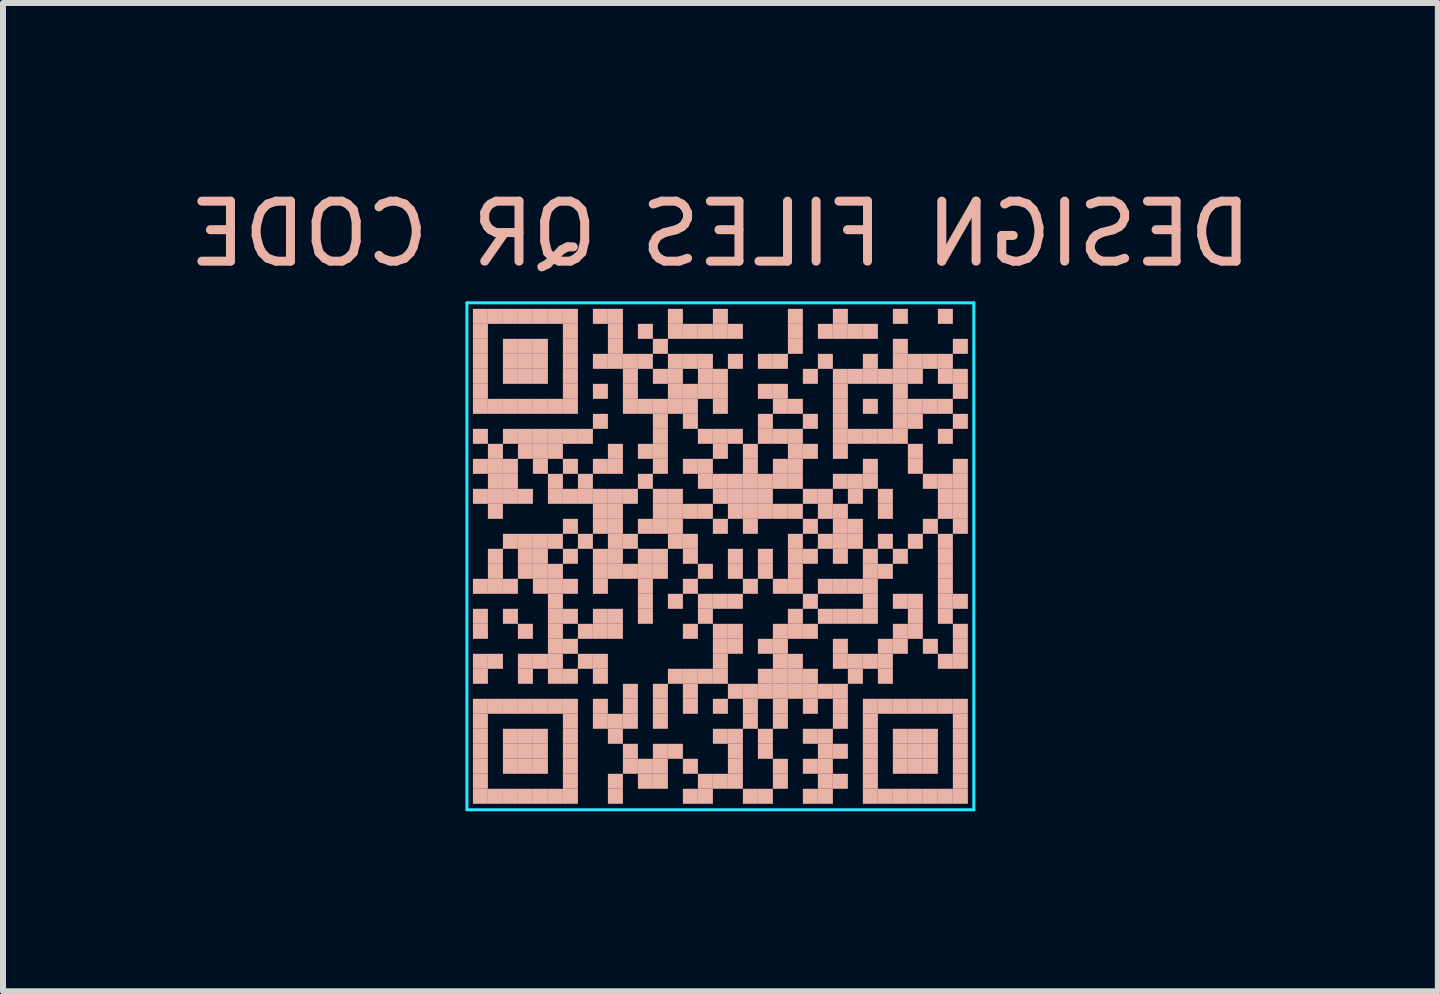
<source format=kicad_pcb>
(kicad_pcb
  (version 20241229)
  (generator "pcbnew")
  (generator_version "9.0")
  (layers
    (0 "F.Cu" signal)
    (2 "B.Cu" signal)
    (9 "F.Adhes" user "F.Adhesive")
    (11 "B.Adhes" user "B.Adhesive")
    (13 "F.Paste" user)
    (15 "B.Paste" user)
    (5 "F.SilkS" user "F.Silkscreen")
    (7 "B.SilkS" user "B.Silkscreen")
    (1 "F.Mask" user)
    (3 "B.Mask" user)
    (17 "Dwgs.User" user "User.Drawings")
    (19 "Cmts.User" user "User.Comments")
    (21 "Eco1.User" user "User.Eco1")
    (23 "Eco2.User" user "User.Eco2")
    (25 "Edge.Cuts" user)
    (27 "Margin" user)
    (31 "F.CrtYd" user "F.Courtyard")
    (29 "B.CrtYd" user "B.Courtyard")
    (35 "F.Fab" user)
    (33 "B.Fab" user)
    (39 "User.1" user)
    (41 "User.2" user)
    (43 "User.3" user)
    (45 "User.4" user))
  (footprint "DESIGN FILES QR CODE"
    (layer "F.Cu")
    (at 8.958 6.223)
    (property "Reference" "DESIGN FILES QR CODE" (at 0 -5.375 180) (layer "B.SilkS") (effects (font (size 1 1) (thickness 0.15)) (justify mirror)))
    (attr board_only exclude_from_pos_files exclude_from_bom)
    (fp_rect (start -4.125 -4.125) (end -3.875 -3.875) (stroke (width 0) (type default)) (fill yes) (layer "B.SilkS"))
    (fp_rect (start -4.125 -3.875) (end -3.875 -3.625) (stroke (width 0) (type default)) (fill yes) (layer "B.SilkS"))
    (fp_rect (start -4.125 -3.625) (end -3.875 -3.375) (stroke (width 0) (type default)) (fill yes) (layer "B.SilkS"))
    (fp_rect (start -4.125 -3.375) (end -3.875 -3.125) (stroke (width 0) (type default)) (fill yes) (layer "B.SilkS"))
    (fp_rect (start -4.125 -3.125) (end -3.875 -2.875) (stroke (width 0) (type default)) (fill yes) (layer "B.SilkS"))
    (fp_rect (start -4.125 -2.875) (end -3.875 -2.625) (stroke (width 0) (type default)) (fill yes) (layer "B.SilkS"))
    (fp_rect (start -4.125 -2.625) (end -3.875 -2.375) (stroke (width 0) (type default)) (fill yes) (layer "B.SilkS"))
    (fp_rect (start -4.125 -2.125) (end -3.875 -1.875) (stroke (width 0) (type default)) (fill yes) (layer "B.SilkS"))
    (fp_rect (start -4.125 -1.625) (end -3.875 -1.375) (stroke (width 0) (type default)) (fill yes) (layer "B.SilkS"))
    (fp_rect (start -4.125 -1.125) (end -3.875 -0.875) (stroke (width 0) (type default)) (fill yes) (layer "B.SilkS"))
    (fp_rect (start -4.125 0.375) (end -3.875 0.625) (stroke (width 0) (type default)) (fill yes) (layer "B.SilkS"))
    (fp_rect (start -4.125 0.875) (end -3.875 1.125) (stroke (width 0) (type default)) (fill yes) (layer "B.SilkS"))
    (fp_rect (start -4.125 1.125) (end -3.875 1.375) (stroke (width 0) (type default)) (fill yes) (layer "B.SilkS"))
    (fp_rect (start -4.125 1.625) (end -3.875 1.875) (stroke (width 0) (type default)) (fill yes) (layer "B.SilkS"))
    (fp_rect (start -4.125 1.875) (end -3.875 2.125) (stroke (width 0) (type default)) (fill yes) (layer "B.SilkS"))
    (fp_rect (start -4.125 2.375) (end -3.875 2.625) (stroke (width 0) (type default)) (fill yes) (layer "B.SilkS"))
    (fp_rect (start -4.125 2.625) (end -3.875 2.875) (stroke (width 0) (type default)) (fill yes) (layer "B.SilkS"))
    (fp_rect (start -4.125 2.875) (end -3.875 3.125) (stroke (width 0) (type default)) (fill yes) (layer "B.SilkS"))
    (fp_rect (start -4.125 3.125) (end -3.875 3.375) (stroke (width 0) (type default)) (fill yes) (layer "B.SilkS"))
    (fp_rect (start -4.125 3.375) (end -3.875 3.625) (stroke (width 0) (type default)) (fill yes) (layer "B.SilkS"))
    (fp_rect (start -4.125 3.625) (end -3.875 3.875) (stroke (width 0) (type default)) (fill yes) (layer "B.SilkS"))
    (fp_rect (start -4.125 3.875) (end -3.875 4.125) (stroke (width 0) (type default)) (fill yes) (layer "B.SilkS"))
    (fp_rect (start -3.875 -4.125) (end -3.625 -3.875) (stroke (width 0) (type default)) (fill yes) (layer "B.SilkS"))
    (fp_rect (start -3.875 -2.625) (end -3.625 -2.375) (stroke (width 0) (type default)) (fill yes) (layer "B.SilkS"))
    (fp_rect (start -3.875 -1.875) (end -3.625 -1.625) (stroke (width 0) (type default)) (fill yes) (layer "B.SilkS"))
    (fp_rect (start -3.875 -1.625) (end -3.625 -1.375) (stroke (width 0) (type default)) (fill yes) (layer "B.SilkS"))
    (fp_rect (start -3.875 -1.375) (end -3.625 -1.125) (stroke (width 0) (type default)) (fill yes) (layer "B.SilkS"))
    (fp_rect (start -3.875 -1.125) (end -3.625 -0.875) (stroke (width 0) (type default)) (fill yes) (layer "B.SilkS"))
    (fp_rect (start -3.875 -0.875) (end -3.625 -0.625) (stroke (width 0) (type default)) (fill yes) (layer "B.SilkS"))
    (fp_rect (start -3.875 -0.125) (end -3.625 0.125) (stroke (width 0) (type default)) (fill yes) (layer "B.SilkS"))
    (fp_rect (start -3.875 0.125) (end -3.625 0.375) (stroke (width 0) (type default)) (fill yes) (layer "B.SilkS"))
    (fp_rect (start -3.875 0.375) (end -3.625 0.625) (stroke (width 0) (type default)) (fill yes) (layer "B.SilkS"))
    (fp_rect (start -3.875 1.625) (end -3.625 1.875) (stroke (width 0) (type default)) (fill yes) (layer "B.SilkS"))
    (fp_rect (start -3.875 2.375) (end -3.625 2.625) (stroke (width 0) (type default)) (fill yes) (layer "B.SilkS"))
    (fp_rect (start -3.875 3.875) (end -3.625 4.125) (stroke (width 0) (type default)) (fill yes) (layer "B.SilkS"))
    (fp_rect (start -3.625 -4.125) (end -3.375 -3.875) (stroke (width 0) (type default)) (fill yes) (layer "B.SilkS"))
    (fp_rect (start -3.625 -3.625) (end -3.375 -3.375) (stroke (width 0) (type default)) (fill yes) (layer "B.SilkS"))
    (fp_rect (start -3.625 -3.375) (end -3.375 -3.125) (stroke (width 0) (type default)) (fill yes) (layer "B.SilkS"))
    (fp_rect (start -3.625 -3.125) (end -3.375 -2.875) (stroke (width 0) (type default)) (fill yes) (layer "B.SilkS"))
    (fp_rect (start -3.625 -2.625) (end -3.375 -2.375) (stroke (width 0) (type default)) (fill yes) (layer "B.SilkS"))
    (fp_rect (start -3.625 -2.125) (end -3.375 -1.875) (stroke (width 0) (type default)) (fill yes) (layer "B.SilkS"))
    (fp_rect (start -3.625 -1.625) (end -3.375 -1.375) (stroke (width 0) (type default)) (fill yes) (layer "B.SilkS"))
    (fp_rect (start -3.625 -1.375) (end -3.375 -1.125) (stroke (width 0) (type default)) (fill yes) (layer "B.SilkS"))
    (fp_rect (start -3.625 -1.125) (end -3.375 -0.875) (stroke (width 0) (type default)) (fill yes) (layer "B.SilkS"))
    (fp_rect (start -3.625 -0.375) (end -3.375 -0.125) (stroke (width 0) (type default)) (fill yes) (layer "B.SilkS"))
    (fp_rect (start -3.625 0.375) (end -3.375 0.625) (stroke (width 0) (type default)) (fill yes) (layer "B.SilkS"))
    (fp_rect (start -3.625 0.875) (end -3.375 1.125) (stroke (width 0) (type default)) (fill yes) (layer "B.SilkS"))
    (fp_rect (start -3.625 2.375) (end -3.375 2.625) (stroke (width 0) (type default)) (fill yes) (layer "B.SilkS"))
    (fp_rect (start -3.625 2.875) (end -3.375 3.125) (stroke (width 0) (type default)) (fill yes) (layer "B.SilkS"))
    (fp_rect (start -3.625 3.125) (end -3.375 3.375) (stroke (width 0) (type default)) (fill yes) (layer "B.SilkS"))
    (fp_rect (start -3.625 3.375) (end -3.375 3.625) (stroke (width 0) (type default)) (fill yes) (layer "B.SilkS"))
    (fp_rect (start -3.625 3.875) (end -3.375 4.125) (stroke (width 0) (type default)) (fill yes) (layer "B.SilkS"))
    (fp_rect (start -3.375 -4.125) (end -3.125 -3.875) (stroke (width 0) (type default)) (fill yes) (layer "B.SilkS"))
    (fp_rect (start -3.375 -3.625) (end -3.125 -3.375) (stroke (width 0) (type default)) (fill yes) (layer "B.SilkS"))
    (fp_rect (start -3.375 -3.375) (end -3.125 -3.125) (stroke (width 0) (type default)) (fill yes) (layer "B.SilkS"))
    (fp_rect (start -3.375 -3.125) (end -3.125 -2.875) (stroke (width 0) (type default)) (fill yes) (layer "B.SilkS"))
    (fp_rect (start -3.375 -2.625) (end -3.125 -2.375) (stroke (width 0) (type default)) (fill yes) (layer "B.SilkS"))
    (fp_rect (start -3.375 -2.125) (end -3.125 -1.875) (stroke (width 0) (type default)) (fill yes) (layer "B.SilkS"))
    (fp_rect (start -3.375 -1.875) (end -3.125 -1.625) (stroke (width 0) (type default)) (fill yes) (layer "B.SilkS"))
    (fp_rect (start -3.375 -1.125) (end -3.125 -0.875) (stroke (width 0) (type default)) (fill yes) (layer "B.SilkS"))
    (fp_rect (start -3.375 -0.375) (end -3.125 -0.125) (stroke (width 0) (type default)) (fill yes) (layer "B.SilkS"))
    (fp_rect (start -3.375 -0.125) (end -3.125 0.125) (stroke (width 0) (type default)) (fill yes) (layer "B.SilkS"))
    (fp_rect (start -3.375 0.125) (end -3.125 0.375) (stroke (width 0) (type default)) (fill yes) (layer "B.SilkS"))
    (fp_rect (start -3.375 1.125) (end -3.125 1.375) (stroke (width 0) (type default)) (fill yes) (layer "B.SilkS"))
    (fp_rect (start -3.375 1.625) (end -3.125 1.875) (stroke (width 0) (type default)) (fill yes) (layer "B.SilkS"))
    (fp_rect (start -3.375 1.875) (end -3.125 2.125) (stroke (width 0) (type default)) (fill yes) (layer "B.SilkS"))
    (fp_rect (start -3.375 2.375) (end -3.125 2.625) (stroke (width 0) (type default)) (fill yes) (layer "B.SilkS"))
    (fp_rect (start -3.375 2.875) (end -3.125 3.125) (stroke (width 0) (type default)) (fill yes) (layer "B.SilkS"))
    (fp_rect (start -3.375 3.125) (end -3.125 3.375) (stroke (width 0) (type default)) (fill yes) (layer "B.SilkS"))
    (fp_rect (start -3.375 3.375) (end -3.125 3.625) (stroke (width 0) (type default)) (fill yes) (layer "B.SilkS"))
    (fp_rect (start -3.375 3.875) (end -3.125 4.125) (stroke (width 0) (type default)) (fill yes) (layer "B.SilkS"))
    (fp_rect (start -3.125 -4.125) (end -2.875 -3.875) (stroke (width 0) (type default)) (fill yes) (layer "B.SilkS"))
    (fp_rect (start -3.125 -3.625) (end -2.875 -3.375) (stroke (width 0) (type default)) (fill yes) (layer "B.SilkS"))
    (fp_rect (start -3.125 -3.375) (end -2.875 -3.125) (stroke (width 0) (type default)) (fill yes) (layer "B.SilkS"))
    (fp_rect (start -3.125 -3.125) (end -2.875 -2.875) (stroke (width 0) (type default)) (fill yes) (layer "B.SilkS"))
    (fp_rect (start -3.125 -2.625) (end -2.875 -2.375) (stroke (width 0) (type default)) (fill yes) (layer "B.SilkS"))
    (fp_rect (start -3.125 -2.125) (end -2.875 -1.875) (stroke (width 0) (type default)) (fill yes) (layer "B.SilkS"))
    (fp_rect (start -3.125 -1.875) (end -2.875 -1.625) (stroke (width 0) (type default)) (fill yes) (layer "B.SilkS"))
    (fp_rect (start -3.125 -1.625) (end -2.875 -1.375) (stroke (width 0) (type default)) (fill yes) (layer "B.SilkS"))
    (fp_rect (start -3.125 -0.375) (end -2.875 -0.125) (stroke (width 0) (type default)) (fill yes) (layer "B.SilkS"))
    (fp_rect (start -3.125 -0.125) (end -2.875 0.125) (stroke (width 0) (type default)) (fill yes) (layer "B.SilkS"))
    (fp_rect (start -3.125 0.125) (end -2.875 0.375) (stroke (width 0) (type default)) (fill yes) (layer "B.SilkS"))
    (fp_rect (start -3.125 0.375) (end -2.875 0.625) (stroke (width 0) (type default)) (fill yes) (layer "B.SilkS"))
    (fp_rect (start -3.125 1.625) (end -2.875 1.875) (stroke (width 0) (type default)) (fill yes) (layer "B.SilkS"))
    (fp_rect (start -3.125 2.375) (end -2.875 2.625) (stroke (width 0) (type default)) (fill yes) (layer "B.SilkS"))
    (fp_rect (start -3.125 2.875) (end -2.875 3.125) (stroke (width 0) (type default)) (fill yes) (layer "B.SilkS"))
    (fp_rect (start -3.125 3.125) (end -2.875 3.375) (stroke (width 0) (type default)) (fill yes) (layer "B.SilkS"))
    (fp_rect (start -3.125 3.375) (end -2.875 3.625) (stroke (width 0) (type default)) (fill yes) (layer "B.SilkS"))
    (fp_rect (start -3.125 3.875) (end -2.875 4.125) (stroke (width 0) (type default)) (fill yes) (layer "B.SilkS"))
    (fp_rect (start -2.875 -4.125) (end -2.625 -3.875) (stroke (width 0) (type default)) (fill yes) (layer "B.SilkS"))
    (fp_rect (start -2.875 -2.625) (end -2.625 -2.375) (stroke (width 0) (type default)) (fill yes) (layer "B.SilkS"))
    (fp_rect (start -2.875 -2.125) (end -2.625 -1.875) (stroke (width 0) (type default)) (fill yes) (layer "B.SilkS"))
    (fp_rect (start -2.875 -1.875) (end -2.625 -1.625) (stroke (width 0) (type default)) (fill yes) (layer "B.SilkS"))
    (fp_rect (start -2.875 -1.375) (end -2.625 -1.125) (stroke (width 0) (type default)) (fill yes) (layer "B.SilkS"))
    (fp_rect (start -2.875 -1.125) (end -2.625 -0.875) (stroke (width 0) (type default)) (fill yes) (layer "B.SilkS"))
    (fp_rect (start -2.875 -0.375) (end -2.625 -0.125) (stroke (width 0) (type default)) (fill yes) (layer "B.SilkS"))
    (fp_rect (start -2.875 0.125) (end -2.625 0.375) (stroke (width 0) (type default)) (fill yes) (layer "B.SilkS"))
    (fp_rect (start -2.875 0.375) (end -2.625 0.625) (stroke (width 0) (type default)) (fill yes) (layer "B.SilkS"))
    (fp_rect (start -2.875 0.625) (end -2.625 0.875) (stroke (width 0) (type default)) (fill yes) (layer "B.SilkS"))
    (fp_rect (start -2.875 0.875) (end -2.625 1.125) (stroke (width 0) (type default)) (fill yes) (layer "B.SilkS"))
    (fp_rect (start -2.875 1.125) (end -2.625 1.375) (stroke (width 0) (type default)) (fill yes) (layer "B.SilkS"))
    (fp_rect (start -2.875 1.375) (end -2.625 1.625) (stroke (width 0) (type default)) (fill yes) (layer "B.SilkS"))
    (fp_rect (start -2.875 1.625) (end -2.625 1.875) (stroke (width 0) (type default)) (fill yes) (layer "B.SilkS"))
    (fp_rect (start -2.875 1.875) (end -2.625 2.125) (stroke (width 0) (type default)) (fill yes) (layer "B.SilkS"))
    (fp_rect (start -2.875 2.375) (end -2.625 2.625) (stroke (width 0) (type default)) (fill yes) (layer "B.SilkS"))
    (fp_rect (start -2.875 3.875) (end -2.625 4.125) (stroke (width 0) (type default)) (fill yes) (layer "B.SilkS"))
    (fp_rect (start -2.625 -4.125) (end -2.375 -3.875) (stroke (width 0) (type default)) (fill yes) (layer "B.SilkS"))
    (fp_rect (start -2.625 -3.875) (end -2.375 -3.625) (stroke (width 0) (type default)) (fill yes) (layer "B.SilkS"))
    (fp_rect (start -2.625 -3.625) (end -2.375 -3.375) (stroke (width 0) (type default)) (fill yes) (layer "B.SilkS"))
    (fp_rect (start -2.625 -3.375) (end -2.375 -3.125) (stroke (width 0) (type default)) (fill yes) (layer "B.SilkS"))
    (fp_rect (start -2.625 -3.125) (end -2.375 -2.875) (stroke (width 0) (type default)) (fill yes) (layer "B.SilkS"))
    (fp_rect (start -2.625 -2.875) (end -2.375 -2.625) (stroke (width 0) (type default)) (fill yes) (layer "B.SilkS"))
    (fp_rect (start -2.625 -2.625) (end -2.375 -2.375) (stroke (width 0) (type default)) (fill yes) (layer "B.SilkS"))
    (fp_rect (start -2.625 -2.125) (end -2.375 -1.875) (stroke (width 0) (type default)) (fill yes) (layer "B.SilkS"))
    (fp_rect (start -2.625 -1.625) (end -2.375 -1.375) (stroke (width 0) (type default)) (fill yes) (layer "B.SilkS"))
    (fp_rect (start -2.625 -1.125) (end -2.375 -0.875) (stroke (width 0) (type default)) (fill yes) (layer "B.SilkS"))
    (fp_rect (start -2.625 -0.625) (end -2.375 -0.375) (stroke (width 0) (type default)) (fill yes) (layer "B.SilkS"))
    (fp_rect (start -2.625 -0.125) (end -2.375 0.125) (stroke (width 0) (type default)) (fill yes) (layer "B.SilkS"))
    (fp_rect (start -2.625 0.375) (end -2.375 0.625) (stroke (width 0) (type default)) (fill yes) (layer "B.SilkS"))
    (fp_rect (start -2.625 0.875) (end -2.375 1.125) (stroke (width 0) (type default)) (fill yes) (layer "B.SilkS"))
    (fp_rect (start -2.625 1.375) (end -2.375 1.625) (stroke (width 0) (type default)) (fill yes) (layer "B.SilkS"))
    (fp_rect (start -2.625 1.875) (end -2.375 2.125) (stroke (width 0) (type default)) (fill yes) (layer "B.SilkS"))
    (fp_rect (start -2.625 2.375) (end -2.375 2.625) (stroke (width 0) (type default)) (fill yes) (layer "B.SilkS"))
    (fp_rect (start -2.625 2.625) (end -2.375 2.875) (stroke (width 0) (type default)) (fill yes) (layer "B.SilkS"))
    (fp_rect (start -2.625 2.875) (end -2.375 3.125) (stroke (width 0) (type default)) (fill yes) (layer "B.SilkS"))
    (fp_rect (start -2.625 3.125) (end -2.375 3.375) (stroke (width 0) (type default)) (fill yes) (layer "B.SilkS"))
    (fp_rect (start -2.625 3.375) (end -2.375 3.625) (stroke (width 0) (type default)) (fill yes) (layer "B.SilkS"))
    (fp_rect (start -2.625 3.625) (end -2.375 3.875) (stroke (width 0) (type default)) (fill yes) (layer "B.SilkS"))
    (fp_rect (start -2.625 3.875) (end -2.375 4.125) (stroke (width 0) (type default)) (fill yes) (layer "B.SilkS"))
    (fp_rect (start -2.375 -2.125) (end -2.125 -1.875) (stroke (width 0) (type default)) (fill yes) (layer "B.SilkS"))
    (fp_rect (start -2.375 -1.375) (end -2.125 -1.125) (stroke (width 0) (type default)) (fill yes) (layer "B.SilkS"))
    (fp_rect (start -2.375 -1.125) (end -2.125 -0.875) (stroke (width 0) (type default)) (fill yes) (layer "B.SilkS"))
    (fp_rect (start -2.375 -0.375) (end -2.125 -0.125) (stroke (width 0) (type default)) (fill yes) (layer "B.SilkS"))
    (fp_rect (start -2.375 1.125) (end -2.125 1.375) (stroke (width 0) (type default)) (fill yes) (layer "B.SilkS"))
    (fp_rect (start -2.375 1.625) (end -2.125 1.875) (stroke (width 0) (type default)) (fill yes) (layer "B.SilkS"))
    (fp_rect (start -2.125 -4.125) (end -1.875 -3.875) (stroke (width 0) (type default)) (fill yes) (layer "B.SilkS"))
    (fp_rect (start -2.125 -3.375) (end -1.875 -3.125) (stroke (width 0) (type default)) (fill yes) (layer "B.SilkS"))
    (fp_rect (start -2.125 -2.875) (end -1.875 -2.625) (stroke (width 0) (type default)) (fill yes) (layer "B.SilkS"))
    (fp_rect (start -2.125 -2.375) (end -1.875 -2.125) (stroke (width 0) (type default)) (fill yes) (layer "B.SilkS"))
    (fp_rect (start -2.125 -1.625) (end -1.875 -1.375) (stroke (width 0) (type default)) (fill yes) (layer "B.SilkS"))
    (fp_rect (start -2.125 -1.125) (end -1.875 -0.875) (stroke (width 0) (type default)) (fill yes) (layer "B.SilkS"))
    (fp_rect (start -2.125 -0.875) (end -1.875 -0.625) (stroke (width 0) (type default)) (fill yes) (layer "B.SilkS"))
    (fp_rect (start -2.125 -0.625) (end -1.875 -0.375) (stroke (width 0) (type default)) (fill yes) (layer "B.SilkS"))
    (fp_rect (start -2.125 -0.125) (end -1.875 0.125) (stroke (width 0) (type default)) (fill yes) (layer "B.SilkS"))
    (fp_rect (start -2.125 0.125) (end -1.875 0.375) (stroke (width 0) (type default)) (fill yes) (layer "B.SilkS"))
    (fp_rect (start -2.125 0.375) (end -1.875 0.625) (stroke (width 0) (type default)) (fill yes) (layer "B.SilkS"))
    (fp_rect (start -2.125 0.875) (end -1.875 1.125) (stroke (width 0) (type default)) (fill yes) (layer "B.SilkS"))
    (fp_rect (start -2.125 1.125) (end -1.875 1.375) (stroke (width 0) (type default)) (fill yes) (layer "B.SilkS"))
    (fp_rect (start -2.125 1.625) (end -1.875 1.875) (stroke (width 0) (type default)) (fill yes) (layer "B.SilkS"))
    (fp_rect (start -2.125 1.875) (end -1.875 2.125) (stroke (width 0) (type default)) (fill yes) (layer "B.SilkS"))
    (fp_rect (start -2.125 2.375) (end -1.875 2.625) (stroke (width 0) (type default)) (fill yes) (layer "B.SilkS"))
    (fp_rect (start -2.125 2.625) (end -1.875 2.875) (stroke (width 0) (type default)) (fill yes) (layer "B.SilkS"))
    (fp_rect (start -1.875 -4.125) (end -1.625 -3.875) (stroke (width 0) (type default)) (fill yes) (layer "B.SilkS"))
    (fp_rect (start -1.875 -3.875) (end -1.625 -3.625) (stroke (width 0) (type default)) (fill yes) (layer "B.SilkS"))
    (fp_rect (start -1.875 -3.625) (end -1.625 -3.375) (stroke (width 0) (type default)) (fill yes) (layer "B.SilkS"))
    (fp_rect (start -1.875 -3.375) (end -1.625 -3.125) (stroke (width 0) (type default)) (fill yes) (layer "B.SilkS"))
    (fp_rect (start -1.875 -1.875) (end -1.625 -1.625) (stroke (width 0) (type default)) (fill yes) (layer "B.SilkS"))
    (fp_rect (start -1.875 -1.625) (end -1.625 -1.375) (stroke (width 0) (type default)) (fill yes) (layer "B.SilkS"))
    (fp_rect (start -1.875 -1.125) (end -1.625 -0.875) (stroke (width 0) (type default)) (fill yes) (layer "B.SilkS"))
    (fp_rect (start -1.875 -0.875) (end -1.625 -0.625) (stroke (width 0) (type default)) (fill yes) (layer "B.SilkS"))
    (fp_rect (start -1.875 -0.625) (end -1.625 -0.375) (stroke (width 0) (type default)) (fill yes) (layer "B.SilkS"))
    (fp_rect (start -1.875 -0.375) (end -1.625 -0.125) (stroke (width 0) (type default)) (fill yes) (layer "B.SilkS"))
    (fp_rect (start -1.875 -0.125) (end -1.625 0.125) (stroke (width 0) (type default)) (fill yes) (layer "B.SilkS"))
    (fp_rect (start -1.875 0.125) (end -1.625 0.375) (stroke (width 0) (type default)) (fill yes) (layer "B.SilkS"))
    (fp_rect (start -1.875 0.875) (end -1.625 1.125) (stroke (width 0) (type default)) (fill yes) (layer "B.SilkS"))
    (fp_rect (start -1.875 1.125) (end -1.625 1.375) (stroke (width 0) (type default)) (fill yes) (layer "B.SilkS"))
    (fp_rect (start -1.875 2.625) (end -1.625 2.875) (stroke (width 0) (type default)) (fill yes) (layer "B.SilkS"))
    (fp_rect (start -1.875 2.875) (end -1.625 3.125) (stroke (width 0) (type default)) (fill yes) (layer "B.SilkS"))
    (fp_rect (start -1.875 3.625) (end -1.625 3.875) (stroke (width 0) (type default)) (fill yes) (layer "B.SilkS"))
    (fp_rect (start -1.875 3.875) (end -1.625 4.125) (stroke (width 0) (type default)) (fill yes) (layer "B.SilkS"))
    (fp_rect (start -1.625 -3.375) (end -1.375 -3.125) (stroke (width 0) (type default)) (fill yes) (layer "B.SilkS"))
    (fp_rect (start -1.625 -3.125) (end -1.375 -2.875) (stroke (width 0) (type default)) (fill yes) (layer "B.SilkS"))
    (fp_rect (start -1.625 -2.875) (end -1.375 -2.625) (stroke (width 0) (type default)) (fill yes) (layer "B.SilkS"))
    (fp_rect (start -1.625 -2.625) (end -1.375 -2.375) (stroke (width 0) (type default)) (fill yes) (layer "B.SilkS"))
    (fp_rect (start -1.625 -1.125) (end -1.375 -0.875) (stroke (width 0) (type default)) (fill yes) (layer "B.SilkS"))
    (fp_rect (start -1.625 -0.375) (end -1.375 -0.125) (stroke (width 0) (type default)) (fill yes) (layer "B.SilkS"))
    (fp_rect (start -1.625 0.125) (end -1.375 0.375) (stroke (width 0) (type default)) (fill yes) (layer "B.SilkS"))
    (fp_rect (start -1.625 2.125) (end -1.375 2.375) (stroke (width 0) (type default)) (fill yes) (layer "B.SilkS"))
    (fp_rect (start -1.625 2.375) (end -1.375 2.625) (stroke (width 0) (type default)) (fill yes) (layer "B.SilkS"))
    (fp_rect (start -1.625 2.625) (end -1.375 2.875) (stroke (width 0) (type default)) (fill yes) (layer "B.SilkS"))
    (fp_rect (start -1.625 3.125) (end -1.375 3.375) (stroke (width 0) (type default)) (fill yes) (layer "B.SilkS"))
    (fp_rect (start -1.625 3.375) (end -1.375 3.625) (stroke (width 0) (type default)) (fill yes) (layer "B.SilkS"))
    (fp_rect (start -1.375 -3.875) (end -1.125 -3.625) (stroke (width 0) (type default)) (fill yes) (layer "B.SilkS"))
    (fp_rect (start -1.375 -3.375) (end -1.125 -3.125) (stroke (width 0) (type default)) (fill yes) (layer "B.SilkS"))
    (fp_rect (start -1.375 -2.625) (end -1.125 -2.375) (stroke (width 0) (type default)) (fill yes) (layer "B.SilkS"))
    (fp_rect (start -1.375 -1.875) (end -1.125 -1.625) (stroke (width 0) (type default)) (fill yes) (layer "B.SilkS"))
    (fp_rect (start -1.375 -1.375) (end -1.125 -1.125) (stroke (width 0) (type default)) (fill yes) (layer "B.SilkS"))
    (fp_rect (start -1.375 -0.625) (end -1.125 -0.375) (stroke (width 0) (type default)) (fill yes) (layer "B.SilkS"))
    (fp_rect (start -1.375 -0.125) (end -1.125 0.125) (stroke (width 0) (type default)) (fill yes) (layer "B.SilkS"))
    (fp_rect (start -1.375 0.125) (end -1.125 0.375) (stroke (width 0) (type default)) (fill yes) (layer "B.SilkS"))
    (fp_rect (start -1.375 0.375) (end -1.125 0.625) (stroke (width 0) (type default)) (fill yes) (layer "B.SilkS"))
    (fp_rect (start -1.375 0.625) (end -1.125 0.875) (stroke (width 0) (type default)) (fill yes) (layer "B.SilkS"))
    (fp_rect (start -1.375 0.875) (end -1.125 1.125) (stroke (width 0) (type default)) (fill yes) (layer "B.SilkS"))
    (fp_rect (start -1.375 3.375) (end -1.125 3.625) (stroke (width 0) (type default)) (fill yes) (layer "B.SilkS"))
    (fp_rect (start -1.375 3.625) (end -1.125 3.875) (stroke (width 0) (type default)) (fill yes) (layer "B.SilkS"))
    (fp_rect (start -1.125 -3.625) (end -0.875 -3.375) (stroke (width 0) (type default)) (fill yes) (layer "B.SilkS"))
    (fp_rect (start -1.125 -3.125) (end -0.875 -2.875) (stroke (width 0) (type default)) (fill yes) (layer "B.SilkS"))
    (fp_rect (start -1.125 -2.625) (end -0.875 -2.375) (stroke (width 0) (type default)) (fill yes) (layer "B.SilkS"))
    (fp_rect (start -1.125 -2.375) (end -0.875 -2.125) (stroke (width 0) (type default)) (fill yes) (layer "B.SilkS"))
    (fp_rect (start -1.125 -2.125) (end -0.875 -1.875) (stroke (width 0) (type default)) (fill yes) (layer "B.SilkS"))
    (fp_rect (start -1.125 -1.875) (end -0.875 -1.625) (stroke (width 0) (type default)) (fill yes) (layer "B.SilkS"))
    (fp_rect (start -1.125 -1.625) (end -0.875 -1.375) (stroke (width 0) (type default)) (fill yes) (layer "B.SilkS"))
    (fp_rect (start -1.125 -1.125) (end -0.875 -0.875) (stroke (width 0) (type default)) (fill yes) (layer "B.SilkS"))
    (fp_rect (start -1.125 -0.875) (end -0.875 -0.625) (stroke (width 0) (type default)) (fill yes) (layer "B.SilkS"))
    (fp_rect (start -1.125 -0.625) (end -0.875 -0.375) (stroke (width 0) (type default)) (fill yes) (layer "B.SilkS"))
    (fp_rect (start -1.125 -0.125) (end -0.875 0.125) (stroke (width 0) (type default)) (fill yes) (layer "B.SilkS"))
    (fp_rect (start -1.125 0.125) (end -0.875 0.375) (stroke (width 0) (type default)) (fill yes) (layer "B.SilkS"))
    (fp_rect (start -1.125 2.125) (end -0.875 2.375) (stroke (width 0) (type default)) (fill yes) (layer "B.SilkS"))
    (fp_rect (start -1.125 2.375) (end -0.875 2.625) (stroke (width 0) (type default)) (fill yes) (layer "B.SilkS"))
    (fp_rect (start -1.125 2.625) (end -0.875 2.875) (stroke (width 0) (type default)) (fill yes) (layer "B.SilkS"))
    (fp_rect (start -1.125 3.125) (end -0.875 3.375) (stroke (width 0) (type default)) (fill yes) (layer "B.SilkS"))
    (fp_rect (start -1.125 3.375) (end -0.875 3.625) (stroke (width 0) (type default)) (fill yes) (layer "B.SilkS"))
    (fp_rect (start -1.125 3.625) (end -0.875 3.875) (stroke (width 0) (type default)) (fill yes) (layer "B.SilkS"))
    (fp_rect (start -0.875 -4.125) (end -0.625 -3.875) (stroke (width 0) (type default)) (fill yes) (layer "B.SilkS"))
    (fp_rect (start -0.875 -3.875) (end -0.625 -3.625) (stroke (width 0) (type default)) (fill yes) (layer "B.SilkS"))
    (fp_rect (start -0.875 -3.375) (end -0.625 -3.125) (stroke (width 0) (type default)) (fill yes) (layer "B.SilkS"))
    (fp_rect (start -0.875 -3.125) (end -0.625 -2.875) (stroke (width 0) (type default)) (fill yes) (layer "B.SilkS"))
    (fp_rect (start -0.875 -2.875) (end -0.625 -2.625) (stroke (width 0) (type default)) (fill yes) (layer "B.SilkS"))
    (fp_rect (start -0.875 -2.625) (end -0.625 -2.375) (stroke (width 0) (type default)) (fill yes) (layer "B.SilkS"))
    (fp_rect (start -0.875 -1.125) (end -0.625 -0.875) (stroke (width 0) (type default)) (fill yes) (layer "B.SilkS"))
    (fp_rect (start -0.875 -0.875) (end -0.625 -0.625) (stroke (width 0) (type default)) (fill yes) (layer "B.SilkS"))
    (fp_rect (start -0.875 -0.625) (end -0.625 -0.375) (stroke (width 0) (type default)) (fill yes) (layer "B.SilkS"))
    (fp_rect (start -0.875 -0.375) (end -0.625 -0.125) (stroke (width 0) (type default)) (fill yes) (layer "B.SilkS"))
    (fp_rect (start -0.875 0.625) (end -0.625 0.875) (stroke (width 0) (type default)) (fill yes) (layer "B.SilkS"))
    (fp_rect (start -0.875 1.875) (end -0.625 2.125) (stroke (width 0) (type default)) (fill yes) (layer "B.SilkS"))
    (fp_rect (start -0.875 3.125) (end -0.625 3.375) (stroke (width 0) (type default)) (fill yes) (layer "B.SilkS"))
    (fp_rect (start -0.625 -3.875) (end -0.375 -3.625) (stroke (width 0) (type default)) (fill yes) (layer "B.SilkS"))
    (fp_rect (start -0.625 -3.375) (end -0.375 -3.125) (stroke (width 0) (type default)) (fill yes) (layer "B.SilkS"))
    (fp_rect (start -0.625 -2.875) (end -0.375 -2.625) (stroke (width 0) (type default)) (fill yes) (layer "B.SilkS"))
    (fp_rect (start -0.625 -2.625) (end -0.375 -2.375) (stroke (width 0) (type default)) (fill yes) (layer "B.SilkS"))
    (fp_rect (start -0.625 -2.375) (end -0.375 -2.125) (stroke (width 0) (type default)) (fill yes) (layer "B.SilkS"))
    (fp_rect (start -0.625 -1.625) (end -0.375 -1.375) (stroke (width 0) (type default)) (fill yes) (layer "B.SilkS"))
    (fp_rect (start -0.625 -0.875) (end -0.375 -0.625) (stroke (width 0) (type default)) (fill yes) (layer "B.SilkS"))
    (fp_rect (start -0.625 -0.375) (end -0.375 -0.125) (stroke (width 0) (type default)) (fill yes) (layer "B.SilkS"))
    (fp_rect (start -0.625 -0.125) (end -0.375 0.125) (stroke (width 0) (type default)) (fill yes) (layer "B.SilkS"))
    (fp_rect (start -0.625 0.375) (end -0.375 0.625) (stroke (width 0) (type default)) (fill yes) (layer "B.SilkS"))
    (fp_rect (start -0.625 1.125) (end -0.375 1.375) (stroke (width 0) (type default)) (fill yes) (layer "B.SilkS"))
    (fp_rect (start -0.625 1.875) (end -0.375 2.125) (stroke (width 0) (type default)) (fill yes) (layer "B.SilkS"))
    (fp_rect (start -0.625 2.125) (end -0.375 2.375) (stroke (width 0) (type default)) (fill yes) (layer "B.SilkS"))
    (fp_rect (start -0.625 2.375) (end -0.375 2.625) (stroke (width 0) (type default)) (fill yes) (layer "B.SilkS"))
    (fp_rect (start -0.625 3.375) (end -0.375 3.625) (stroke (width 0) (type default)) (fill yes) (layer "B.SilkS"))
    (fp_rect (start -0.625 3.875) (end -0.375 4.125) (stroke (width 0) (type default)) (fill yes) (layer "B.SilkS"))
    (fp_rect (start -0.375 -3.875) (end -0.125 -3.625) (stroke (width 0) (type default)) (fill yes) (layer "B.SilkS"))
    (fp_rect (start -0.375 -3.375) (end -0.125 -3.125) (stroke (width 0) (type default)) (fill yes) (layer "B.SilkS"))
    (fp_rect (start -0.375 -3.125) (end -0.125 -2.875) (stroke (width 0) (type default)) (fill yes) (layer "B.SilkS"))
    (fp_rect (start -0.375 -2.875) (end -0.125 -2.625) (stroke (width 0) (type default)) (fill yes) (layer "B.SilkS"))
    (fp_rect (start -0.375 -2.125) (end -0.125 -1.875) (stroke (width 0) (type default)) (fill yes) (layer "B.SilkS"))
    (fp_rect (start -0.375 -1.625) (end -0.125 -1.375) (stroke (width 0) (type default)) (fill yes) (layer "B.SilkS"))
    (fp_rect (start -0.375 -1.375) (end -0.125 -1.125) (stroke (width 0) (type default)) (fill yes) (layer "B.SilkS"))
    (fp_rect (start -0.375 -0.875) (end -0.125 -0.625) (stroke (width 0) (type default)) (fill yes) (layer "B.SilkS"))
    (fp_rect (start -0.375 0.125) (end -0.125 0.375) (stroke (width 0) (type default)) (fill yes) (layer "B.SilkS"))
    (fp_rect (start -0.375 0.625) (end -0.125 0.875) (stroke (width 0) (type default)) (fill yes) (layer "B.SilkS"))
    (fp_rect (start -0.375 0.875) (end -0.125 1.125) (stroke (width 0) (type default)) (fill yes) (layer "B.SilkS"))
    (fp_rect (start -0.375 1.875) (end -0.125 2.125) (stroke (width 0) (type default)) (fill yes) (layer "B.SilkS"))
    (fp_rect (start -0.375 3.625) (end -0.125 3.875) (stroke (width 0) (type default)) (fill yes) (layer "B.SilkS"))
    (fp_rect (start -0.375 3.875) (end -0.125 4.125) (stroke (width 0) (type default)) (fill yes) (layer "B.SilkS"))
    (fp_rect (start -0.125 -4.125) (end 0.125 -3.875) (stroke (width 0) (type default)) (fill yes) (layer "B.SilkS"))
    (fp_rect (start -0.125 -3.875) (end 0.125 -3.625) (stroke (width 0) (type default)) (fill yes) (layer "B.SilkS"))
    (fp_rect (start -0.125 -3.125) (end 0.125 -2.875) (stroke (width 0) (type default)) (fill yes) (layer "B.SilkS"))
    (fp_rect (start -0.125 -2.875) (end 0.125 -2.625) (stroke (width 0) (type default)) (fill yes) (layer "B.SilkS"))
    (fp_rect (start -0.125 -2.625) (end 0.125 -2.375) (stroke (width 0) (type default)) (fill yes) (layer "B.SilkS"))
    (fp_rect (start -0.125 -2.125) (end 0.125 -1.875) (stroke (width 0) (type default)) (fill yes) (layer "B.SilkS"))
    (fp_rect (start -0.125 -1.875) (end 0.125 -1.625) (stroke (width 0) (type default)) (fill yes) (layer "B.SilkS"))
    (fp_rect (start -0.125 -1.375) (end 0.125 -1.125) (stroke (width 0) (type default)) (fill yes) (layer "B.SilkS"))
    (fp_rect (start -0.125 -1.125) (end 0.125 -0.875) (stroke (width 0) (type default)) (fill yes) (layer "B.SilkS"))
    (fp_rect (start -0.125 -0.625) (end 0.125 -0.375) (stroke (width 0) (type default)) (fill yes) (layer "B.SilkS"))
    (fp_rect (start -0.125 0.625) (end 0.125 0.875) (stroke (width 0) (type default)) (fill yes) (layer "B.SilkS"))
    (fp_rect (start -0.125 1.125) (end 0.125 1.375) (stroke (width 0) (type default)) (fill yes) (layer "B.SilkS"))
    (fp_rect (start -0.125 1.375) (end 0.125 1.625) (stroke (width 0) (type default)) (fill yes) (layer "B.SilkS"))
    (fp_rect (start -0.125 1.625) (end 0.125 1.875) (stroke (width 0) (type default)) (fill yes) (layer "B.SilkS"))
    (fp_rect (start -0.125 1.875) (end 0.125 2.125) (stroke (width 0) (type default)) (fill yes) (layer "B.SilkS"))
    (fp_rect (start -0.125 2.375) (end 0.125 2.625) (stroke (width 0) (type default)) (fill yes) (layer "B.SilkS"))
    (fp_rect (start -0.125 2.875) (end 0.125 3.125) (stroke (width 0) (type default)) (fill yes) (layer "B.SilkS"))
    (fp_rect (start -0.125 3.625) (end 0.125 3.875) (stroke (width 0) (type default)) (fill yes) (layer "B.SilkS"))
    (fp_rect (start 0.125 -3.875) (end 0.375 -3.625) (stroke (width 0) (type default)) (fill yes) (layer "B.SilkS"))
    (fp_rect (start 0.125 -3.375) (end 0.375 -3.125) (stroke (width 0) (type default)) (fill yes) (layer "B.SilkS"))
    (fp_rect (start 0.125 -2.125) (end 0.375 -1.875) (stroke (width 0) (type default)) (fill yes) (layer "B.SilkS"))
    (fp_rect (start 0.125 -1.375) (end 0.375 -1.125) (stroke (width 0) (type default)) (fill yes) (layer "B.SilkS"))
    (fp_rect (start 0.125 -1.125) (end 0.375 -0.875) (stroke (width 0) (type default)) (fill yes) (layer "B.SilkS"))
    (fp_rect (start 0.125 -0.875) (end 0.375 -0.625) (stroke (width 0) (type default)) (fill yes) (layer "B.SilkS"))
    (fp_rect (start 0.125 -0.125) (end 0.375 0.125) (stroke (width 0) (type default)) (fill yes) (layer "B.SilkS"))
    (fp_rect (start 0.125 0.125) (end 0.375 0.375) (stroke (width 0) (type default)) (fill yes) (layer "B.SilkS"))
    (fp_rect (start 0.125 0.625) (end 0.375 0.875) (stroke (width 0) (type default)) (fill yes) (layer "B.SilkS"))
    (fp_rect (start 0.125 1.125) (end 0.375 1.375) (stroke (width 0) (type default)) (fill yes) (layer "B.SilkS"))
    (fp_rect (start 0.125 1.375) (end 0.375 1.625) (stroke (width 0) (type default)) (fill yes) (layer "B.SilkS"))
    (fp_rect (start 0.125 2.125) (end 0.375 2.375) (stroke (width 0) (type default)) (fill yes) (layer "B.SilkS"))
    (fp_rect (start 0.125 2.875) (end 0.375 3.125) (stroke (width 0) (type default)) (fill yes) (layer "B.SilkS"))
    (fp_rect (start 0.125 3.125) (end 0.375 3.375) (stroke (width 0) (type default)) (fill yes) (layer "B.SilkS"))
    (fp_rect (start 0.125 3.375) (end 0.375 3.625) (stroke (width 0) (type default)) (fill yes) (layer "B.SilkS"))
    (fp_rect (start 0.125 3.625) (end 0.375 3.875) (stroke (width 0) (type default)) (fill yes) (layer "B.SilkS"))
    (fp_rect (start 0.375 -1.875) (end 0.625 -1.625) (stroke (width 0) (type default)) (fill yes) (layer "B.SilkS"))
    (fp_rect (start 0.375 -1.625) (end 0.625 -1.375) (stroke (width 0) (type default)) (fill yes) (layer "B.SilkS"))
    (fp_rect (start 0.375 -1.375) (end 0.625 -1.125) (stroke (width 0) (type default)) (fill yes) (layer "B.SilkS"))
    (fp_rect (start 0.375 -1.125) (end 0.625 -0.875) (stroke (width 0) (type default)) (fill yes) (layer "B.SilkS"))
    (fp_rect (start 0.375 -0.875) (end 0.625 -0.625) (stroke (width 0) (type default)) (fill yes) (layer "B.SilkS"))
    (fp_rect (start 0.375 -0.625) (end 0.625 -0.375) (stroke (width 0) (type default)) (fill yes) (layer "B.SilkS"))
    (fp_rect (start 0.375 0.375) (end 0.625 0.625) (stroke (width 0) (type default)) (fill yes) (layer "B.SilkS"))
    (fp_rect (start 0.375 2.125) (end 0.625 2.375) (stroke (width 0) (type default)) (fill yes) (layer "B.SilkS"))
    (fp_rect (start 0.375 2.375) (end 0.625 2.625) (stroke (width 0) (type default)) (fill yes) (layer "B.SilkS"))
    (fp_rect (start 0.375 2.625) (end 0.625 2.875) (stroke (width 0) (type default)) (fill yes) (layer "B.SilkS"))
    (fp_rect (start 0.375 3.875) (end 0.625 4.125) (stroke (width 0) (type default)) (fill yes) (layer "B.SilkS"))
    (fp_rect (start 0.625 -3.375) (end 0.875 -3.125) (stroke (width 0) (type default)) (fill yes) (layer "B.SilkS"))
    (fp_rect (start 0.625 -2.875) (end 0.875 -2.625) (stroke (width 0) (type default)) (fill yes) (layer "B.SilkS"))
    (fp_rect (start 0.625 -2.375) (end 0.875 -2.125) (stroke (width 0) (type default)) (fill yes) (layer "B.SilkS"))
    (fp_rect (start 0.625 -2.125) (end 0.875 -1.875) (stroke (width 0) (type default)) (fill yes) (layer "B.SilkS"))
    (fp_rect (start 0.625 -1.375) (end 0.875 -1.125) (stroke (width 0) (type default)) (fill yes) (layer "B.SilkS"))
    (fp_rect (start 0.625 -1.125) (end 0.875 -0.875) (stroke (width 0) (type default)) (fill yes) (layer "B.SilkS"))
    (fp_rect (start 0.625 -0.875) (end 0.875 -0.625) (stroke (width 0) (type default)) (fill yes) (layer "B.SilkS"))
    (fp_rect (start 0.625 -0.125) (end 0.875 0.125) (stroke (width 0) (type default)) (fill yes) (layer "B.SilkS"))
    (fp_rect (start 0.625 0.125) (end 0.875 0.375) (stroke (width 0) (type default)) (fill yes) (layer "B.SilkS"))
    (fp_rect (start 0.625 1.375) (end 0.875 1.625) (stroke (width 0) (type default)) (fill yes) (layer "B.SilkS"))
    (fp_rect (start 0.625 1.875) (end 0.875 2.125) (stroke (width 0) (type default)) (fill yes) (layer "B.SilkS"))
    (fp_rect (start 0.625 2.125) (end 0.875 2.375) (stroke (width 0) (type default)) (fill yes) (layer "B.SilkS"))
    (fp_rect (start 0.625 2.875) (end 0.875 3.125) (stroke (width 0) (type default)) (fill yes) (layer "B.SilkS"))
    (fp_rect (start 0.625 3.125) (end 0.875 3.375) (stroke (width 0) (type default)) (fill yes) (layer "B.SilkS"))
    (fp_rect (start 0.625 3.875) (end 0.875 4.125) (stroke (width 0) (type default)) (fill yes) (layer "B.SilkS"))
    (fp_rect (start 0.875 -3.375) (end 1.125 -3.125) (stroke (width 0) (type default)) (fill yes) (layer "B.SilkS"))
    (fp_rect (start 0.875 -2.875) (end 1.125 -2.625) (stroke (width 0) (type default)) (fill yes) (layer "B.SilkS"))
    (fp_rect (start 0.875 -2.625) (end 1.125 -2.375) (stroke (width 0) (type default)) (fill yes) (layer "B.SilkS"))
    (fp_rect (start 0.875 -2.125) (end 1.125 -1.875) (stroke (width 0) (type default)) (fill yes) (layer "B.SilkS"))
    (fp_rect (start 0.875 -1.625) (end 1.125 -1.375) (stroke (width 0) (type default)) (fill yes) (layer "B.SilkS"))
    (fp_rect (start 0.875 -1.375) (end 1.125 -1.125) (stroke (width 0) (type default)) (fill yes) (layer "B.SilkS"))
    (fp_rect (start 0.875 -0.875) (end 1.125 -0.625) (stroke (width 0) (type default)) (fill yes) (layer "B.SilkS"))
    (fp_rect (start 0.875 0.375) (end 1.125 0.625) (stroke (width 0) (type default)) (fill yes) (layer "B.SilkS"))
    (fp_rect (start 0.875 1.125) (end 1.125 1.375) (stroke (width 0) (type default)) (fill yes) (layer "B.SilkS"))
    (fp_rect (start 0.875 1.375) (end 1.125 1.625) (stroke (width 0) (type default)) (fill yes) (layer "B.SilkS"))
    (fp_rect (start 0.875 1.625) (end 1.125 1.875) (stroke (width 0) (type default)) (fill yes) (layer "B.SilkS"))
    (fp_rect (start 0.875 1.875) (end 1.125 2.125) (stroke (width 0) (type default)) (fill yes) (layer "B.SilkS"))
    (fp_rect (start 0.875 2.125) (end 1.125 2.375) (stroke (width 0) (type default)) (fill yes) (layer "B.SilkS"))
    (fp_rect (start 0.875 2.375) (end 1.125 2.625) (stroke (width 0) (type default)) (fill yes) (layer "B.SilkS"))
    (fp_rect (start 0.875 2.625) (end 1.125 2.875) (stroke (width 0) (type default)) (fill yes) (layer "B.SilkS"))
    (fp_rect (start 0.875 3.375) (end 1.125 3.625) (stroke (width 0) (type default)) (fill yes) (layer "B.SilkS"))
    (fp_rect (start 0.875 3.625) (end 1.125 3.875) (stroke (width 0) (type default)) (fill yes) (layer "B.SilkS"))
    (fp_rect (start 1.125 -4.125) (end 1.375 -3.875) (stroke (width 0) (type default)) (fill yes) (layer "B.SilkS"))
    (fp_rect (start 1.125 -3.875) (end 1.375 -3.625) (stroke (width 0) (type default)) (fill yes) (layer "B.SilkS"))
    (fp_rect (start 1.125 -3.625) (end 1.375 -3.375) (stroke (width 0) (type default)) (fill yes) (layer "B.SilkS"))
    (fp_rect (start 1.125 -2.625) (end 1.375 -2.375) (stroke (width 0) (type default)) (fill yes) (layer "B.SilkS"))
    (fp_rect (start 1.125 -2.125) (end 1.375 -1.875) (stroke (width 0) (type default)) (fill yes) (layer "B.SilkS"))
    (fp_rect (start 1.125 -1.875) (end 1.375 -1.625) (stroke (width 0) (type default)) (fill yes) (layer "B.SilkS"))
    (fp_rect (start 1.125 -1.625) (end 1.375 -1.375) (stroke (width 0) (type default)) (fill yes) (layer "B.SilkS"))
    (fp_rect (start 1.125 -1.375) (end 1.375 -1.125) (stroke (width 0) (type default)) (fill yes) (layer "B.SilkS"))
    (fp_rect (start 1.125 -0.875) (end 1.375 -0.625) (stroke (width 0) (type default)) (fill yes) (layer "B.SilkS"))
    (fp_rect (start 1.125 -0.375) (end 1.375 -0.125) (stroke (width 0) (type default)) (fill yes) (layer "B.SilkS"))
    (fp_rect (start 1.125 -0.125) (end 1.375 0.125) (stroke (width 0) (type default)) (fill yes) (layer "B.SilkS"))
    (fp_rect (start 1.125 0.125) (end 1.375 0.375) (stroke (width 0) (type default)) (fill yes) (layer "B.SilkS"))
    (fp_rect (start 1.125 0.375) (end 1.375 0.625) (stroke (width 0) (type default)) (fill yes) (layer "B.SilkS"))
    (fp_rect (start 1.125 0.875) (end 1.375 1.125) (stroke (width 0) (type default)) (fill yes) (layer "B.SilkS"))
    (fp_rect (start 1.125 1.125) (end 1.375 1.375) (stroke (width 0) (type default)) (fill yes) (layer "B.SilkS"))
    (fp_rect (start 1.125 1.625) (end 1.375 1.875) (stroke (width 0) (type default)) (fill yes) (layer "B.SilkS"))
    (fp_rect (start 1.125 1.875) (end 1.375 2.125) (stroke (width 0) (type default)) (fill yes) (layer "B.SilkS"))
    (fp_rect (start 1.125 2.125) (end 1.375 2.375) (stroke (width 0) (type default)) (fill yes) (layer "B.SilkS"))
    (fp_rect (start 1.375 -3.125) (end 1.625 -2.875) (stroke (width 0) (type default)) (fill yes) (layer "B.SilkS"))
    (fp_rect (start 1.375 -2.375) (end 1.625 -2.125) (stroke (width 0) (type default)) (fill yes) (layer "B.SilkS"))
    (fp_rect (start 1.375 -1.875) (end 1.625 -1.625) (stroke (width 0) (type default)) (fill yes) (layer "B.SilkS"))
    (fp_rect (start 1.375 -1.125) (end 1.625 -0.875) (stroke (width 0) (type default)) (fill yes) (layer "B.SilkS"))
    (fp_rect (start 1.375 -0.625) (end 1.625 -0.375) (stroke (width 0) (type default)) (fill yes) (layer "B.SilkS"))
    (fp_rect (start 1.375 -0.125) (end 1.625 0.125) (stroke (width 0) (type default)) (fill yes) (layer "B.SilkS"))
    (fp_rect (start 1.375 0.625) (end 1.625 0.875) (stroke (width 0) (type default)) (fill yes) (layer "B.SilkS"))
    (fp_rect (start 1.375 1.125) (end 1.625 1.375) (stroke (width 0) (type default)) (fill yes) (layer "B.SilkS"))
    (fp_rect (start 1.375 1.875) (end 1.625 2.125) (stroke (width 0) (type default)) (fill yes) (layer "B.SilkS"))
    (fp_rect (start 1.375 2.125) (end 1.625 2.375) (stroke (width 0) (type default)) (fill yes) (layer "B.SilkS"))
    (fp_rect (start 1.375 2.375) (end 1.625 2.625) (stroke (width 0) (type default)) (fill yes) (layer "B.SilkS"))
    (fp_rect (start 1.375 2.875) (end 1.625 3.125) (stroke (width 0) (type default)) (fill yes) (layer "B.SilkS"))
    (fp_rect (start 1.375 3.375) (end 1.625 3.625) (stroke (width 0) (type default)) (fill yes) (layer "B.SilkS"))
    (fp_rect (start 1.375 3.875) (end 1.625 4.125) (stroke (width 0) (type default)) (fill yes) (layer "B.SilkS"))
    (fp_rect (start 1.625 -3.875) (end 1.875 -3.625) (stroke (width 0) (type default)) (fill yes) (layer "B.SilkS"))
    (fp_rect (start 1.625 -3.375) (end 1.875 -3.125) (stroke (width 0) (type default)) (fill yes) (layer "B.SilkS"))
    (fp_rect (start 1.625 -1.125) (end 1.875 -0.875) (stroke (width 0) (type default)) (fill yes) (layer "B.SilkS"))
    (fp_rect (start 1.625 -0.875) (end 1.875 -0.625) (stroke (width 0) (type default)) (fill yes) (layer "B.SilkS"))
    (fp_rect (start 1.625 -0.375) (end 1.875 -0.125) (stroke (width 0) (type default)) (fill yes) (layer "B.SilkS"))
    (fp_rect (start 1.625 0.375) (end 1.875 0.625) (stroke (width 0) (type default)) (fill yes) (layer "B.SilkS"))
    (fp_rect (start 1.625 0.875) (end 1.875 1.125) (stroke (width 0) (type default)) (fill yes) (layer "B.SilkS"))
    (fp_rect (start 1.625 2.125) (end 1.875 2.375) (stroke (width 0) (type default)) (fill yes) (layer "B.SilkS"))
    (fp_rect (start 1.625 2.875) (end 1.875 3.125) (stroke (width 0) (type default)) (fill yes) (layer "B.SilkS"))
    (fp_rect (start 1.625 3.125) (end 1.875 3.375) (stroke (width 0) (type default)) (fill yes) (layer "B.SilkS"))
    (fp_rect (start 1.625 3.375) (end 1.875 3.625) (stroke (width 0) (type default)) (fill yes) (layer "B.SilkS"))
    (fp_rect (start 1.625 3.625) (end 1.875 3.875) (stroke (width 0) (type default)) (fill yes) (layer "B.SilkS"))
    (fp_rect (start 1.625 3.875) (end 1.875 4.125) (stroke (width 0) (type default)) (fill yes) (layer "B.SilkS"))
    (fp_rect (start 1.875 -4.125) (end 2.125 -3.875) (stroke (width 0) (type default)) (fill yes) (layer "B.SilkS"))
    (fp_rect (start 1.875 -3.875) (end 2.125 -3.625) (stroke (width 0) (type default)) (fill yes) (layer "B.SilkS"))
    (fp_rect (start 1.875 -3.125) (end 2.125 -2.875) (stroke (width 0) (type default)) (fill yes) (layer "B.SilkS"))
    (fp_rect (start 1.875 -2.875) (end 2.125 -2.625) (stroke (width 0) (type default)) (fill yes) (layer "B.SilkS"))
    (fp_rect (start 1.875 -2.625) (end 2.125 -2.375) (stroke (width 0) (type default)) (fill yes) (layer "B.SilkS"))
    (fp_rect (start 1.875 -2.375) (end 2.125 -2.125) (stroke (width 0) (type default)) (fill yes) (layer "B.SilkS"))
    (fp_rect (start 1.875 -2.125) (end 2.125 -1.875) (stroke (width 0) (type default)) (fill yes) (layer "B.SilkS"))
    (fp_rect (start 1.875 -1.875) (end 2.125 -1.625) (stroke (width 0) (type default)) (fill yes) (layer "B.SilkS"))
    (fp_rect (start 1.875 -1.375) (end 2.125 -1.125) (stroke (width 0) (type default)) (fill yes) (layer "B.SilkS"))
    (fp_rect (start 1.875 -0.875) (end 2.125 -0.625) (stroke (width 0) (type default)) (fill yes) (layer "B.SilkS"))
    (fp_rect (start 1.875 -0.625) (end 2.125 -0.375) (stroke (width 0) (type default)) (fill yes) (layer "B.SilkS"))
    (fp_rect (start 1.875 -0.375) (end 2.125 -0.125) (stroke (width 0) (type default)) (fill yes) (layer "B.SilkS"))
    (fp_rect (start 1.875 -0.125) (end 2.125 0.125) (stroke (width 0) (type default)) (fill yes) (layer "B.SilkS"))
    (fp_rect (start 1.875 0.375) (end 2.125 0.625) (stroke (width 0) (type default)) (fill yes) (layer "B.SilkS"))
    (fp_rect (start 1.875 0.875) (end 2.125 1.125) (stroke (width 0) (type default)) (fill yes) (layer "B.SilkS"))
    (fp_rect (start 1.875 1.375) (end 2.125 1.625) (stroke (width 0) (type default)) (fill yes) (layer "B.SilkS"))
    (fp_rect (start 1.875 1.625) (end 2.125 1.875) (stroke (width 0) (type default)) (fill yes) (layer "B.SilkS"))
    (fp_rect (start 1.875 2.125) (end 2.125 2.375) (stroke (width 0) (type default)) (fill yes) (layer "B.SilkS"))
    (fp_rect (start 1.875 2.375) (end 2.125 2.625) (stroke (width 0) (type default)) (fill yes) (layer "B.SilkS"))
    (fp_rect (start 1.875 2.625) (end 2.125 2.875) (stroke (width 0) (type default)) (fill yes) (layer "B.SilkS"))
    (fp_rect (start 1.875 3.125) (end 2.125 3.375) (stroke (width 0) (type default)) (fill yes) (layer "B.SilkS"))
    (fp_rect (start 1.875 3.625) (end 2.125 3.875) (stroke (width 0) (type default)) (fill yes) (layer "B.SilkS"))
    (fp_rect (start 2.125 -3.875) (end 2.375 -3.625) (stroke (width 0) (type default)) (fill yes) (layer "B.SilkS"))
    (fp_rect (start 2.125 -3.125) (end 2.375 -2.875) (stroke (width 0) (type default)) (fill yes) (layer "B.SilkS"))
    (fp_rect (start 2.125 -2.125) (end 2.375 -1.875) (stroke (width 0) (type default)) (fill yes) (layer "B.SilkS"))
    (fp_rect (start 2.125 -1.375) (end 2.375 -1.125) (stroke (width 0) (type default)) (fill yes) (layer "B.SilkS"))
    (fp_rect (start 2.125 -1.125) (end 2.375 -0.875) (stroke (width 0) (type default)) (fill yes) (layer "B.SilkS"))
    (fp_rect (start 2.125 -0.625) (end 2.375 -0.375) (stroke (width 0) (type default)) (fill yes) (layer "B.SilkS"))
    (fp_rect (start 2.125 -0.375) (end 2.375 -0.125) (stroke (width 0) (type default)) (fill yes) (layer "B.SilkS"))
    (fp_rect (start 2.125 0.375) (end 2.375 0.625) (stroke (width 0) (type default)) (fill yes) (layer "B.SilkS"))
    (fp_rect (start 2.125 0.875) (end 2.375 1.125) (stroke (width 0) (type default)) (fill yes) (layer "B.SilkS"))
    (fp_rect (start 2.125 1.625) (end 2.375 1.875) (stroke (width 0) (type default)) (fill yes) (layer "B.SilkS"))
    (fp_rect (start 2.125 1.875) (end 2.375 2.125) (stroke (width 0) (type default)) (fill yes) (layer "B.SilkS"))
    (fp_rect (start 2.375 -3.875) (end 2.625 -3.625) (stroke (width 0) (type default)) (fill yes) (layer "B.SilkS"))
    (fp_rect (start 2.375 -3.375) (end 2.625 -3.125) (stroke (width 0) (type default)) (fill yes) (layer "B.SilkS"))
    (fp_rect (start 2.375 -3.125) (end 2.625 -2.875) (stroke (width 0) (type default)) (fill yes) (layer "B.SilkS"))
    (fp_rect (start 2.375 -2.625) (end 2.625 -2.375) (stroke (width 0) (type default)) (fill yes) (layer "B.SilkS"))
    (fp_rect (start 2.375 -2.125) (end 2.625 -1.875) (stroke (width 0) (type default)) (fill yes) (layer "B.SilkS"))
    (fp_rect (start 2.375 -1.625) (end 2.625 -1.375) (stroke (width 0) (type default)) (fill yes) (layer "B.SilkS"))
    (fp_rect (start 2.375 -1.375) (end 2.625 -1.125) (stroke (width 0) (type default)) (fill yes) (layer "B.SilkS"))
    (fp_rect (start 2.375 -0.125) (end 2.625 0.125) (stroke (width 0) (type default)) (fill yes) (layer "B.SilkS"))
    (fp_rect (start 2.375 0.125) (end 2.625 0.375) (stroke (width 0) (type default)) (fill yes) (layer "B.SilkS"))
    (fp_rect (start 2.375 0.375) (end 2.625 0.625) (stroke (width 0) (type default)) (fill yes) (layer "B.SilkS"))
    (fp_rect (start 2.375 0.625) (end 2.625 0.875) (stroke (width 0) (type default)) (fill yes) (layer "B.SilkS"))
    (fp_rect (start 2.375 0.875) (end 2.625 1.125) (stroke (width 0) (type default)) (fill yes) (layer "B.SilkS"))
    (fp_rect (start 2.375 1.625) (end 2.625 1.875) (stroke (width 0) (type default)) (fill yes) (layer "B.SilkS"))
    (fp_rect (start 2.375 2.375) (end 2.625 2.625) (stroke (width 0) (type default)) (fill yes) (layer "B.SilkS"))
    (fp_rect (start 2.375 2.625) (end 2.625 2.875) (stroke (width 0) (type default)) (fill yes) (layer "B.SilkS"))
    (fp_rect (start 2.375 2.875) (end 2.625 3.125) (stroke (width 0) (type default)) (fill yes) (layer "B.SilkS"))
    (fp_rect (start 2.375 3.125) (end 2.625 3.375) (stroke (width 0) (type default)) (fill yes) (layer "B.SilkS"))
    (fp_rect (start 2.375 3.375) (end 2.625 3.625) (stroke (width 0) (type default)) (fill yes) (layer "B.SilkS"))
    (fp_rect (start 2.375 3.625) (end 2.625 3.875) (stroke (width 0) (type default)) (fill yes) (layer "B.SilkS"))
    (fp_rect (start 2.375 3.875) (end 2.625 4.125) (stroke (width 0) (type default)) (fill yes) (layer "B.SilkS"))
    (fp_rect (start 2.625 -3.125) (end 2.875 -2.875) (stroke (width 0) (type default)) (fill yes) (layer "B.SilkS"))
    (fp_rect (start 2.625 -2.125) (end 2.875 -1.875) (stroke (width 0) (type default)) (fill yes) (layer "B.SilkS"))
    (fp_rect (start 2.625 -1.125) (end 2.875 -0.875) (stroke (width 0) (type default)) (fill yes) (layer "B.SilkS"))
    (fp_rect (start 2.625 -0.875) (end 2.875 -0.625) (stroke (width 0) (type default)) (fill yes) (layer "B.SilkS"))
    (fp_rect (start 2.625 -0.375) (end 2.875 -0.125) (stroke (width 0) (type default)) (fill yes) (layer "B.SilkS"))
    (fp_rect (start 2.625 0.125) (end 2.875 0.375) (stroke (width 0) (type default)) (fill yes) (layer "B.SilkS"))
    (fp_rect (start 2.625 1.375) (end 2.875 1.625) (stroke (width 0) (type default)) (fill yes) (layer "B.SilkS"))
    (fp_rect (start 2.625 1.625) (end 2.875 1.875) (stroke (width 0) (type default)) (fill yes) (layer "B.SilkS"))
    (fp_rect (start 2.625 1.875) (end 2.875 2.125) (stroke (width 0) (type default)) (fill yes) (layer "B.SilkS"))
    (fp_rect (start 2.625 2.375) (end 2.875 2.625) (stroke (width 0) (type default)) (fill yes) (layer "B.SilkS"))
    (fp_rect (start 2.625 3.875) (end 2.875 4.125) (stroke (width 0) (type default)) (fill yes) (layer "B.SilkS"))
    (fp_rect (start 2.875 -4.125) (end 3.125 -3.875) (stroke (width 0) (type default)) (fill yes) (layer "B.SilkS"))
    (fp_rect (start 2.875 -3.625) (end 3.125 -3.375) (stroke (width 0) (type default)) (fill yes) (layer "B.SilkS"))
    (fp_rect (start 2.875 -3.375) (end 3.125 -3.125) (stroke (width 0) (type default)) (fill yes) (layer "B.SilkS"))
    (fp_rect (start 2.875 -3.125) (end 3.125 -2.875) (stroke (width 0) (type default)) (fill yes) (layer "B.SilkS"))
    (fp_rect (start 2.875 -2.875) (end 3.125 -2.625) (stroke (width 0) (type default)) (fill yes) (layer "B.SilkS"))
    (fp_rect (start 2.875 -2.625) (end 3.125 -2.375) (stroke (width 0) (type default)) (fill yes) (layer "B.SilkS"))
    (fp_rect (start 2.875 -2.375) (end 3.125 -2.125) (stroke (width 0) (type default)) (fill yes) (layer "B.SilkS"))
    (fp_rect (start 2.875 -2.125) (end 3.125 -1.875) (stroke (width 0) (type default)) (fill yes) (layer "B.SilkS"))
    (fp_rect (start 2.875 -0.125) (end 3.125 0.125) (stroke (width 0) (type default)) (fill yes) (layer "B.SilkS"))
    (fp_rect (start 2.875 0.625) (end 3.125 0.875) (stroke (width 0) (type default)) (fill yes) (layer "B.SilkS"))
    (fp_rect (start 2.875 1.125) (end 3.125 1.375) (stroke (width 0) (type default)) (fill yes) (layer "B.SilkS"))
    (fp_rect (start 2.875 1.375) (end 3.125 1.625) (stroke (width 0) (type default)) (fill yes) (layer "B.SilkS"))
    (fp_rect (start 2.875 2.375) (end 3.125 2.625) (stroke (width 0) (type default)) (fill yes) (layer "B.SilkS"))
    (fp_rect (start 2.875 2.875) (end 3.125 3.125) (stroke (width 0) (type default)) (fill yes) (layer "B.SilkS"))
    (fp_rect (start 2.875 3.125) (end 3.125 3.375) (stroke (width 0) (type default)) (fill yes) (layer "B.SilkS"))
    (fp_rect (start 2.875 3.375) (end 3.125 3.625) (stroke (width 0) (type default)) (fill yes) (layer "B.SilkS"))
    (fp_rect (start 2.875 3.875) (end 3.125 4.125) (stroke (width 0) (type default)) (fill yes) (layer "B.SilkS"))
    (fp_rect (start 3.125 -3.375) (end 3.375 -3.125) (stroke (width 0) (type default)) (fill yes) (layer "B.SilkS"))
    (fp_rect (start 3.125 -3.125) (end 3.375 -2.875) (stroke (width 0) (type default)) (fill yes) (layer "B.SilkS"))
    (fp_rect (start 3.125 -2.625) (end 3.375 -2.375) (stroke (width 0) (type default)) (fill yes) (layer "B.SilkS"))
    (fp_rect (start 3.125 -2.375) (end 3.375 -2.125) (stroke (width 0) (type default)) (fill yes) (layer "B.SilkS"))
    (fp_rect (start 3.125 -1.875) (end 3.375 -1.625) (stroke (width 0) (type default)) (fill yes) (layer "B.SilkS"))
    (fp_rect (start 3.125 -1.625) (end 3.375 -1.375) (stroke (width 0) (type default)) (fill yes) (layer "B.SilkS"))
    (fp_rect (start 3.125 -0.375) (end 3.375 -0.125) (stroke (width 0) (type default)) (fill yes) (layer "B.SilkS"))
    (fp_rect (start 3.125 0.625) (end 3.375 0.875) (stroke (width 0) (type default)) (fill yes) (layer "B.SilkS"))
    (fp_rect (start 3.125 0.875) (end 3.375 1.125) (stroke (width 0) (type default)) (fill yes) (layer "B.SilkS"))
    (fp_rect (start 3.125 1.125) (end 3.375 1.375) (stroke (width 0) (type default)) (fill yes) (layer "B.SilkS"))
    (fp_rect (start 3.125 2.375) (end 3.375 2.625) (stroke (width 0) (type default)) (fill yes) (layer "B.SilkS"))
    (fp_rect (start 3.125 2.875) (end 3.375 3.125) (stroke (width 0) (type default)) (fill yes) (layer "B.SilkS"))
    (fp_rect (start 3.125 3.125) (end 3.375 3.375) (stroke (width 0) (type default)) (fill yes) (layer "B.SilkS"))
    (fp_rect (start 3.125 3.375) (end 3.375 3.625) (stroke (width 0) (type default)) (fill yes) (layer "B.SilkS"))
    (fp_rect (start 3.125 3.875) (end 3.375 4.125) (stroke (width 0) (type default)) (fill yes) (layer "B.SilkS"))
    (fp_rect (start 3.375 -3.375) (end 3.625 -3.125) (stroke (width 0) (type default)) (fill yes) (layer "B.SilkS"))
    (fp_rect (start 3.375 -2.625) (end 3.625 -2.375) (stroke (width 0) (type default)) (fill yes) (layer "B.SilkS"))
    (fp_rect (start 3.375 -1.375) (end 3.625 -1.125) (stroke (width 0) (type default)) (fill yes) (layer "B.SilkS"))
    (fp_rect (start 3.375 -0.625) (end 3.625 -0.375) (stroke (width 0) (type default)) (fill yes) (layer "B.SilkS"))
    (fp_rect (start 3.375 1.375) (end 3.625 1.625) (stroke (width 0) (type default)) (fill yes) (layer "B.SilkS"))
    (fp_rect (start 3.375 2.375) (end 3.625 2.625) (stroke (width 0) (type default)) (fill yes) (layer "B.SilkS"))
    (fp_rect (start 3.375 2.875) (end 3.625 3.125) (stroke (width 0) (type default)) (fill yes) (layer "B.SilkS"))
    (fp_rect (start 3.375 3.125) (end 3.625 3.375) (stroke (width 0) (type default)) (fill yes) (layer "B.SilkS"))
    (fp_rect (start 3.375 3.375) (end 3.625 3.625) (stroke (width 0) (type default)) (fill yes) (layer "B.SilkS"))
    (fp_rect (start 3.375 3.875) (end 3.625 4.125) (stroke (width 0) (type default)) (fill yes) (layer "B.SilkS"))
    (fp_rect (start 3.625 -4.125) (end 3.875 -3.875) (stroke (width 0) (type default)) (fill yes) (layer "B.SilkS"))
    (fp_rect (start 3.625 -3.375) (end 3.875 -3.125) (stroke (width 0) (type default)) (fill yes) (layer "B.SilkS"))
    (fp_rect (start 3.625 -3.125) (end 3.875 -2.875) (stroke (width 0) (type default)) (fill yes) (layer "B.SilkS"))
    (fp_rect (start 3.625 -2.625) (end 3.875 -2.375) (stroke (width 0) (type default)) (fill yes) (layer "B.SilkS"))
    (fp_rect (start 3.625 -2.125) (end 3.875 -1.875) (stroke (width 0) (type default)) (fill yes) (layer "B.SilkS"))
    (fp_rect (start 3.625 -1.375) (end 3.875 -1.125) (stroke (width 0) (type default)) (fill yes) (layer "B.SilkS"))
    (fp_rect (start 3.625 -1.125) (end 3.875 -0.875) (stroke (width 0) (type default)) (fill yes) (layer "B.SilkS"))
    (fp_rect (start 3.625 -0.875) (end 3.875 -0.625) (stroke (width 0) (type default)) (fill yes) (layer "B.SilkS"))
    (fp_rect (start 3.625 -0.375) (end 3.875 -0.125) (stroke (width 0) (type default)) (fill yes) (layer "B.SilkS"))
    (fp_rect (start 3.625 -0.125) (end 3.875 0.125) (stroke (width 0) (type default)) (fill yes) (layer "B.SilkS"))
    (fp_rect (start 3.625 0.125) (end 3.875 0.375) (stroke (width 0) (type default)) (fill yes) (layer "B.SilkS"))
    (fp_rect (start 3.625 0.375) (end 3.875 0.625) (stroke (width 0) (type default)) (fill yes) (layer "B.SilkS"))
    (fp_rect (start 3.625 0.625) (end 3.875 0.875) (stroke (width 0) (type default)) (fill yes) (layer "B.SilkS"))
    (fp_rect (start 3.625 0.875) (end 3.875 1.125) (stroke (width 0) (type default)) (fill yes) (layer "B.SilkS"))
    (fp_rect (start 3.625 1.625) (end 3.875 1.875) (stroke (width 0) (type default)) (fill yes) (layer "B.SilkS"))
    (fp_rect (start 3.625 2.375) (end 3.875 2.625) (stroke (width 0) (type default)) (fill yes) (layer "B.SilkS"))
    (fp_rect (start 3.625 3.875) (end 3.875 4.125) (stroke (width 0) (type default)) (fill yes) (layer "B.SilkS"))
    (fp_rect (start 3.875 -3.625) (end 4.125 -3.375) (stroke (width 0) (type default)) (fill yes) (layer "B.SilkS"))
    (fp_rect (start 3.875 -3.125) (end 4.125 -2.875) (stroke (width 0) (type default)) (fill yes) (layer "B.SilkS"))
    (fp_rect (start 3.875 -2.875) (end 4.125 -2.625) (stroke (width 0) (type default)) (fill yes) (layer "B.SilkS"))
    (fp_rect (start 3.875 -2.375) (end 4.125 -2.125) (stroke (width 0) (type default)) (fill yes) (layer "B.SilkS"))
    (fp_rect (start 3.875 -1.625) (end 4.125 -1.375) (stroke (width 0) (type default)) (fill yes) (layer "B.SilkS"))
    (fp_rect (start 3.875 -1.375) (end 4.125 -1.125) (stroke (width 0) (type default)) (fill yes) (layer "B.SilkS"))
    (fp_rect (start 3.875 -1.125) (end 4.125 -0.875) (stroke (width 0) (type default)) (fill yes) (layer "B.SilkS"))
    (fp_rect (start 3.875 -0.875) (end 4.125 -0.625) (stroke (width 0) (type default)) (fill yes) (layer "B.SilkS"))
    (fp_rect (start 3.875 -0.625) (end 4.125 -0.375) (stroke (width 0) (type default)) (fill yes) (layer "B.SilkS"))
    (fp_rect (start 3.875 0.625) (end 4.125 0.875) (stroke (width 0) (type default)) (fill yes) (layer "B.SilkS"))
    (fp_rect (start 3.875 1.125) (end 4.125 1.375) (stroke (width 0) (type default)) (fill yes) (layer "B.SilkS"))
    (fp_rect (start 3.875 1.375) (end 4.125 1.625) (stroke (width 0) (type default)) (fill yes) (layer "B.SilkS"))
    (fp_rect (start 3.875 1.625) (end 4.125 1.875) (stroke (width 0) (type default)) (fill yes) (layer "B.SilkS"))
    (fp_rect (start 3.875 2.375) (end 4.125 2.625) (stroke (width 0) (type default)) (fill yes) (layer "B.SilkS"))
    (fp_rect (start 3.875 2.625) (end 4.125 2.875) (stroke (width 0) (type default)) (fill yes) (layer "B.SilkS"))
    (fp_rect (start 3.875 2.875) (end 4.125 3.125) (stroke (width 0) (type default)) (fill yes) (layer "B.SilkS"))
    (fp_rect (start 3.875 3.125) (end 4.125 3.375) (stroke (width 0) (type default)) (fill yes) (layer "B.SilkS"))
    (fp_rect (start 3.875 3.375) (end 4.125 3.625) (stroke (width 0) (type default)) (fill yes) (layer "B.SilkS"))
    (fp_rect (start 3.875 3.625) (end 4.125 3.875) (stroke (width 0) (type default)) (fill yes) (layer "B.SilkS"))
    (fp_rect (start 3.875 3.875) (end 4.125 4.125) (stroke (width 0) (type default)) (fill yes) (layer "B.SilkS"))
    (fp_line (start -4.225 -4.225) (end -4.225 4.225) (stroke (width 0.05) (type default)) (layer "B.CrtYd"))
    (fp_line (start -4.225 4.225) (end 4.225 4.225) (stroke (width 0.05) (type default)) (layer "B.CrtYd"))
    (fp_line (start 4.225 -4.225) (end -4.225 -4.225) (stroke (width 0.05) (type default)) (layer "B.CrtYd"))
    (fp_line (start 4.225 4.225) (end 4.225 -4.225) (stroke (width 0.05) (type default)) (layer "B.CrtYd")))
  (gr_rect
    (start -3 -3)
    (end 20.917 13.473)
    (stroke (width 0.1) (type default))
    (fill no)
    (layer "Edge.Cuts")))
</source>
